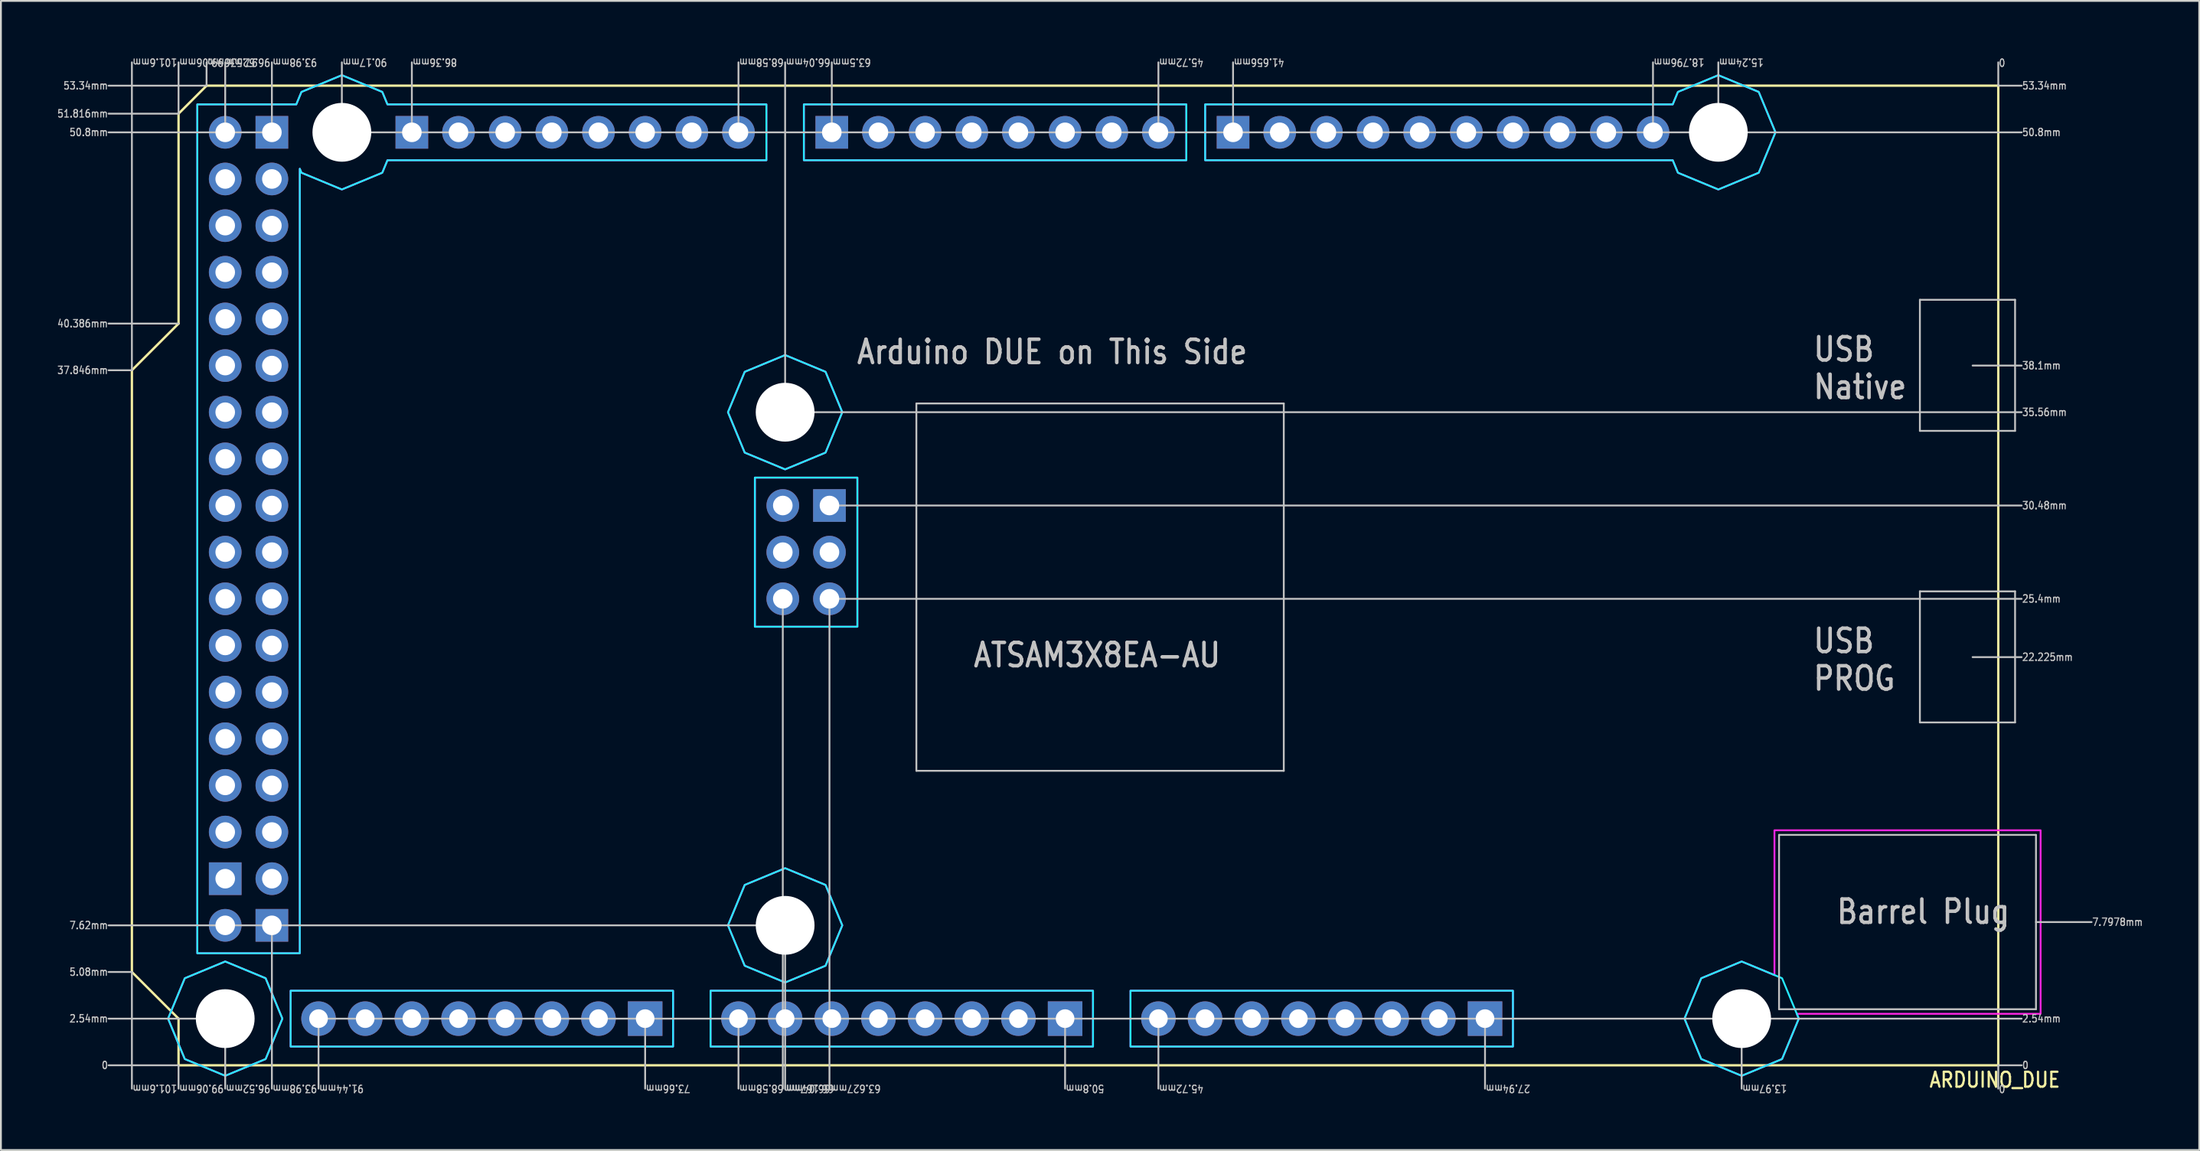
<source format=kicad_pcb>
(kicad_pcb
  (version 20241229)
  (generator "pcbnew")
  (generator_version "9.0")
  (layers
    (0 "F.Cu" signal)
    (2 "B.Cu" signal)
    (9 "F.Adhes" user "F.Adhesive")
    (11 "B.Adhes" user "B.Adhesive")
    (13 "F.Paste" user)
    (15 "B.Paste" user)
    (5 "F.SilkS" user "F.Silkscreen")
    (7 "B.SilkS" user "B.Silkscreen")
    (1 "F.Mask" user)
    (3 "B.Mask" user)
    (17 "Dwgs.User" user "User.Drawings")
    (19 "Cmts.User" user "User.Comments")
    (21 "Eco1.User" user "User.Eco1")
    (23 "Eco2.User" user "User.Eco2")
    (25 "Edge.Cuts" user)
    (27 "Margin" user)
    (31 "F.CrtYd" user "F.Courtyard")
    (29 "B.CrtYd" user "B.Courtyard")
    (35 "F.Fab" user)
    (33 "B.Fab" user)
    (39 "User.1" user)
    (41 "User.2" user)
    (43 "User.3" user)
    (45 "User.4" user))
  (footprint "ARDUINO_DUE"
    (layer "F.Cu")
    (at 105.73 54.955)
    (property "Reference" "ARDUINO_DUE" (at -3.81 1.27 0) (unlocked yes) (layer "F.SilkS") (effects (font (size 0.813 0.695) (thickness 0.122)) (justify left bottom)))
    (fp_circle (center -96.52 -2.54) (end -93.67 -2.54) (stroke (width 0) (type solid)) (fill yes) (layer "F.Mask"))
    (fp_circle (center -96.52 -2.54) (end -93.67 -2.54) (stroke (width 0) (type solid)) (fill yes) (layer "F.Mask"))
    (fp_circle (center -90.17 -50.8) (end -87.32 -50.8) (stroke (width 0) (type solid)) (fill yes) (layer "F.Mask"))
    (fp_circle (center -90.17 -50.8) (end -87.32 -50.8) (stroke (width 0) (type solid)) (fill yes) (layer "F.Mask"))
    (fp_circle (center -66.04 -35.56) (end -63.19 -35.56) (stroke (width 0) (type solid)) (fill yes) (layer "F.Mask"))
    (fp_circle (center -66.04 -35.56) (end -63.19 -35.56) (stroke (width 0) (type solid)) (fill yes) (layer "F.Mask"))
    (fp_circle (center -66.04 -7.62) (end -63.19 -7.62) (stroke (width 0) (type solid)) (fill yes) (layer "F.Mask"))
    (fp_circle (center -66.04 -7.62) (end -63.19 -7.62) (stroke (width 0) (type solid)) (fill yes) (layer "F.Mask"))
    (fp_circle (center -15.24 -50.8) (end -12.39 -50.8) (stroke (width 0) (type solid)) (fill yes) (layer "F.Mask"))
    (fp_circle (center -15.24 -50.8) (end -12.39 -50.8) (stroke (width 0) (type solid)) (fill yes) (layer "F.Mask"))
    (fp_circle (center -13.97 -2.54) (end -11.12 -2.54) (stroke (width 0) (type solid)) (fill yes) (layer "F.Mask"))
    (fp_circle (center -13.97 -2.54) (end -11.12 -2.54) (stroke (width 0) (type solid)) (fill yes) (layer "F.Mask"))
    (fp_circle (center -96.52 -2.54) (end -93.67 -2.54) (stroke (width 0) (type solid)) (fill yes) (layer "B.Mask"))
    (fp_circle (center -90.17 -50.8) (end -87.32 -50.8) (stroke (width 0) (type solid)) (fill yes) (layer "B.Mask"))
    (fp_circle (center -66.04 -35.56) (end -63.19 -35.56) (stroke (width 0) (type solid)) (fill yes) (layer "B.Mask"))
    (fp_circle (center -66.04 -7.62) (end -63.19 -7.62) (stroke (width 0) (type solid)) (fill yes) (layer "B.Mask"))
    (fp_circle (center -15.24 -50.8) (end -12.39 -50.8) (stroke (width 0) (type solid)) (fill yes) (layer "B.Mask"))
    (fp_circle (center -13.97 -2.54) (end -11.12 -2.54) (stroke (width 0) (type solid)) (fill yes) (layer "B.Mask"))
    (fp_line (start -101.6 -37.846) (end -101.6 -5.08) (stroke (width 0.127) (type solid)) (layer "F.SilkS"))
    (fp_line (start -101.6 -5.08) (end -99.06 -2.54) (stroke (width 0.127) (type solid)) (layer "F.SilkS"))
    (fp_line (start -99.06 -51.816) (end -99.06 -40.386) (stroke (width 0.127) (type solid)) (layer "F.SilkS"))
    (fp_line (start -99.06 -40.386) (end -101.6 -37.846) (stroke (width 0.127) (type solid)) (layer "F.SilkS"))
    (fp_line (start -99.06 -2.54) (end -99.06 0) (stroke (width 0.127) (type solid)) (layer "F.SilkS"))
    (fp_line (start -99.06 0) (end 0 0) (stroke (width 0.127) (type solid)) (layer "F.SilkS"))
    (fp_line (start -97.536 -53.34) (end -99.06 -51.816) (stroke (width 0.127) (type solid)) (layer "F.SilkS"))
    (fp_line (start 0 -53.34) (end -97.536 -53.34) (stroke (width 0.127) (type solid)) (layer "F.SilkS"))
    (fp_line (start 0 0) (end 0 -53.34) (stroke (width 0.127) (type solid)) (layer "F.SilkS"))
    (fp_line (start -101.6 -37.846) (end -102.87 -37.846) (stroke (width 0.1) (type solid)) (layer "Dwgs.User"))
    (fp_line (start -101.6 -37.846) (end -101.6 -54.61) (stroke (width 0.1) (type solid)) (layer "Dwgs.User"))
    (fp_line (start -101.6 -5.08) (end -102.87 -5.08) (stroke (width 0.1) (type solid)) (layer "Dwgs.User"))
    (fp_line (start -101.6 -5.08) (end -101.6 1.27) (stroke (width 0.1) (type solid)) (layer "Dwgs.User"))
    (fp_line (start -99.06 -51.816) (end -102.87 -51.816) (stroke (width 0.1) (type solid)) (layer "Dwgs.User"))
    (fp_line (start -99.06 -51.816) (end -99.06 -54.61) (stroke (width 0.1) (type solid)) (layer "Dwgs.User"))
    (fp_line (start -99.06 -40.386) (end -102.87 -40.386) (stroke (width 0.1) (type solid)) (layer "Dwgs.User"))
    (fp_line (start -99.06 0) (end -102.87 0) (stroke (width 0.1) (type solid)) (layer "Dwgs.User"))
    (fp_line (start -99.06 0) (end -99.06 1.27) (stroke (width 0.1) (type solid)) (layer "Dwgs.User"))
    (fp_line (start -97.536 -53.34) (end -102.87 -53.34) (stroke (width 0.1) (type solid)) (layer "Dwgs.User"))
    (fp_line (start -97.536 -53.34) (end -97.536 -54.61) (stroke (width 0.1) (type solid)) (layer "Dwgs.User"))
    (fp_line (start -96.52 -50.8) (end -102.87 -50.8) (stroke (width 0.1) (type solid)) (layer "Dwgs.User"))
    (fp_line (start -96.52 -50.8) (end -96.52 -54.61) (stroke (width 0.1) (type solid)) (layer "Dwgs.User"))
    (fp_line (start -96.52 -2.54) (end -102.87 -2.54) (stroke (width 0.1) (type solid)) (layer "Dwgs.User"))
    (fp_line (start -96.52 -2.54) (end -96.52 1.27) (stroke (width 0.1) (type solid)) (layer "Dwgs.User"))
    (fp_line (start -93.98 -50.8) (end -96.52 -50.8) (stroke (width 0.1) (type solid)) (layer "Dwgs.User"))
    (fp_line (start -93.98 -50.8) (end -93.98 -54.61) (stroke (width 0.1) (type solid)) (layer "Dwgs.User"))
    (fp_line (start -93.98 -7.62) (end -93.98 1.27) (stroke (width 0.1) (type solid)) (layer "Dwgs.User"))
    (fp_line (start -91.44 -2.54) (end -91.44 1.27) (stroke (width 0.1) (type solid)) (layer "Dwgs.User"))
    (fp_line (start -91.44 -2.54) (end -13.97 -2.54) (stroke (width 0.1) (type solid)) (layer "Dwgs.User"))
    (fp_line (start -90.17 -50.8) (end -90.17 -54.61) (stroke (width 0.1) (type solid)) (layer "Dwgs.User"))
    (fp_line (start -90.17 -50.8) (end -86.36 -50.8) (stroke (width 0.1) (type solid)) (layer "Dwgs.User"))
    (fp_line (start -86.36 -50.8) (end -86.36 -54.61) (stroke (width 0.1) (type solid)) (layer "Dwgs.User"))
    (fp_line (start -86.36 -50.8) (end -68.58 -50.8) (stroke (width 0.1) (type solid)) (layer "Dwgs.User"))
    (fp_line (start -73.66 -2.54) (end -73.66 1.27) (stroke (width 0.1) (type solid)) (layer "Dwgs.User"))
    (fp_line (start -68.58 -50.8) (end -68.58 -54.61) (stroke (width 0.1) (type solid)) (layer "Dwgs.User"))
    (fp_line (start -68.58 -50.8) (end -63.5 -50.8) (stroke (width 0.1) (type solid)) (layer "Dwgs.User"))
    (fp_line (start -68.58 -2.54) (end -68.58 1.27) (stroke (width 0.1) (type solid)) (layer "Dwgs.User"))
    (fp_line (start -66.167 -25.4) (end -66.167 1.27) (stroke (width 0.1) (type solid)) (layer "Dwgs.User"))
    (fp_line (start -66.04 -35.56) (end -66.04 -54.61) (stroke (width 0.1) (type solid)) (layer "Dwgs.User"))
    (fp_line (start -66.04 -35.56) (end 1.27 -35.56) (stroke (width 0.1) (type solid)) (layer "Dwgs.User"))
    (fp_line (start -66.04 -7.62) (end -102.87 -7.62) (stroke (width 0.1) (type solid)) (layer "Dwgs.User"))
    (fp_line (start -66.04 -7.62) (end -66.04 1.27) (stroke (width 0.1) (type solid)) (layer "Dwgs.User"))
    (fp_line (start -63.627 -25.4) (end -63.627 1.27) (stroke (width 0.1) (type solid)) (layer "Dwgs.User"))
    (fp_line (start -63.627 -25.4) (end 1.27 -25.4) (stroke (width 0.1) (type solid)) (layer "Dwgs.User"))
    (fp_line (start -63.5 -50.8) (end -63.5 -54.61) (stroke (width 0.1) (type solid)) (layer "Dwgs.User"))
    (fp_line (start -63.5 -50.8) (end -45.72 -50.8) (stroke (width 0.1) (type solid)) (layer "Dwgs.User"))
    (fp_line (start -63.5 -30.48) (end 1.27 -30.48) (stroke (width 0.1) (type solid)) (layer "Dwgs.User"))
    (fp_line (start -58.895 -36.035) (end -58.895 -16.035) (stroke (width 0.1) (type solid)) (layer "Dwgs.User"))
    (fp_line (start -58.895 -16.035) (end -38.895 -16.035) (stroke (width 0.1) (type solid)) (layer "Dwgs.User"))
    (fp_line (start -50.8 -2.54) (end -50.8 1.27) (stroke (width 0.1) (type solid)) (layer "Dwgs.User"))
    (fp_line (start -45.72 -50.8) (end -45.72 -54.61) (stroke (width 0.1) (type solid)) (layer "Dwgs.User"))
    (fp_line (start -45.72 -50.8) (end -41.656 -50.8) (stroke (width 0.1) (type solid)) (layer "Dwgs.User"))
    (fp_line (start -45.72 -2.54) (end -45.72 1.27) (stroke (width 0.1) (type solid)) (layer "Dwgs.User"))
    (fp_line (start -41.656 -50.8) (end -41.656 -54.61) (stroke (width 0.1) (type solid)) (layer "Dwgs.User"))
    (fp_line (start -41.656 -50.8) (end -18.796 -50.8) (stroke (width 0.1) (type solid)) (layer "Dwgs.User"))
    (fp_line (start -38.895 -36.035) (end -58.895 -36.035) (stroke (width 0.1) (type solid)) (layer "Dwgs.User"))
    (fp_line (start -38.895 -16.035) (end -38.895 -36.035) (stroke (width 0.1) (type solid)) (layer "Dwgs.User"))
    (fp_line (start -27.94 -2.54) (end -27.94 1.27) (stroke (width 0.1) (type solid)) (layer "Dwgs.User"))
    (fp_line (start -18.796 -50.8) (end -18.796 -54.61) (stroke (width 0.1) (type solid)) (layer "Dwgs.User"))
    (fp_line (start -18.796 -50.8) (end -15.24 -50.8) (stroke (width 0.1) (type solid)) (layer "Dwgs.User"))
    (fp_line (start -15.24 -50.8) (end -15.24 -54.61) (stroke (width 0.1) (type solid)) (layer "Dwgs.User"))
    (fp_line (start -15.24 -50.8) (end 1.27 -50.8) (stroke (width 0.1) (type solid)) (layer "Dwgs.User"))
    (fp_line (start -13.97 -2.54) (end -13.97 1.27) (stroke (width 0.1) (type solid)) (layer "Dwgs.User"))
    (fp_line (start -13.97 -2.54) (end 1.27 -2.54) (stroke (width 0.1) (type solid)) (layer "Dwgs.User"))
    (fp_line (start -11.934 -12.544) (end -11.934 -3.052) (stroke (width 0.1) (type solid)) (layer "Dwgs.User"))
    (fp_line (start -11.934 -3.052) (end 2.053 -3.052) (stroke (width 0.1) (type solid)) (layer "Dwgs.User"))
    (fp_line (start -4.267 -41.681) (end 0.914 -41.681) (stroke (width 0.1) (type solid)) (layer "Dwgs.User"))
    (fp_line (start -4.267 -34.544) (end -4.267 -41.681) (stroke (width 0.1) (type solid)) (layer "Dwgs.User"))
    (fp_line (start -4.267 -25.806) (end 0.914 -25.806) (stroke (width 0.1) (type solid)) (layer "Dwgs.User"))
    (fp_line (start -4.267 -18.669) (end -4.267 -25.806) (stroke (width 0.1) (type solid)) (layer "Dwgs.User"))
    (fp_line (start 0 -53.34) (end 0 -54.61) (stroke (width 0.1) (type solid)) (layer "Dwgs.User"))
    (fp_line (start 0 -53.34) (end 1.27 -53.34) (stroke (width 0.1) (type solid)) (layer "Dwgs.User"))
    (fp_line (start 0 0) (end 0 1.27) (stroke (width 0.1) (type solid)) (layer "Dwgs.User"))
    (fp_line (start 0 0) (end 1.27 0) (stroke (width 0.1) (type solid)) (layer "Dwgs.User"))
    (fp_line (start 0.914 -41.681) (end 0.914 -34.544) (stroke (width 0.1) (type solid)) (layer "Dwgs.User"))
    (fp_line (start 0.914 -34.544) (end -4.267 -34.544) (stroke (width 0.1) (type solid)) (layer "Dwgs.User"))
    (fp_line (start 0.914 -25.806) (end 0.914 -18.669) (stroke (width 0.1) (type solid)) (layer "Dwgs.User"))
    (fp_line (start 0.914 -18.669) (end -4.267 -18.669) (stroke (width 0.1) (type solid)) (layer "Dwgs.User"))
    (fp_line (start 1.27 -38.1) (end -1.397 -38.1) (stroke (width 0.1) (type solid)) (layer "Dwgs.User"))
    (fp_line (start 1.27 -22.225) (end -1.397 -22.225) (stroke (width 0.1) (type solid)) (layer "Dwgs.User"))
    (fp_line (start 2.053 -12.544) (end -11.934 -12.544) (stroke (width 0.1) (type solid)) (layer "Dwgs.User"))
    (fp_line (start 2.053 -3.052) (end 2.053 -12.544) (stroke (width 0.1) (type solid)) (layer "Dwgs.User"))
    (fp_line (start 5.08 -7.798) (end 2.053 -7.798) (stroke (width 0.1) (type solid)) (layer "Dwgs.User"))
    (fp_poly (pts (xy -72.14 -4.06) (xy -92.96 -4.06) (xy -92.96 -1.02) (xy -72.14 -1.02)) (stroke (width 0.1) (type solid)) (fill no) (layer "B.CrtYd"))
    (fp_poly (pts (xy -62.107 -32) (xy -67.687 -32) (xy -67.687 -23.88) (xy -62.107 -23.88)) (stroke (width 0.1) (type solid)) (fill no) (layer "B.CrtYd"))
    (fp_poly (pts (xy -49.28 -4.06) (xy -70.1 -4.06) (xy -70.1 -1.02) (xy -49.28 -1.02)) (stroke (width 0.1) (type solid)) (fill no) (layer "B.CrtYd"))
    (fp_poly (pts (xy -44.2 -52.32) (xy -65.02 -52.32) (xy -65.02 -49.28) (xy -44.2 -49.28)) (stroke (width 0.1) (type solid)) (fill no) (layer "B.CrtYd"))
    (fp_poly (pts (xy -26.42 -4.06) (xy -47.24 -4.06) (xy -47.24 -1.02) (xy -26.42 -1.02)) (stroke (width 0.1) (type solid)) (fill no) (layer "B.CrtYd"))
    (fp_poly (pts (xy -99.632 -2.54) (xy -98.72 -4.74) (xy -96.52 -5.652) (xy -94.32 -4.74) (xy -93.408 -2.54) (xy -94.32 -0.34) (xy -96.52 0.572) (xy -98.72 -0.34)) (stroke (width 0.1) (type solid)) (fill no) (layer "B.CrtYd"))
    (fp_poly (pts (xy -69.152 -35.56) (xy -68.24 -37.76) (xy -66.04 -38.672) (xy -63.84 -37.76) (xy -62.928 -35.56) (xy -63.84 -33.36) (xy -66.04 -32.448) (xy -68.24 -33.36)) (stroke (width 0.1) (type solid)) (fill no) (layer "B.CrtYd"))
    (fp_poly (pts (xy -69.152 -7.62) (xy -68.24 -9.82) (xy -66.04 -10.732) (xy -63.84 -9.82) (xy -62.928 -7.62) (xy -63.84 -5.42) (xy -66.04 -4.508) (xy -68.24 -5.42)) (stroke (width 0.1) (type solid)) (fill no) (layer "B.CrtYd"))
    (fp_poly (pts (xy -17.082 -2.54) (xy -16.17 -4.74) (xy -13.97 -5.652) (xy -11.77 -4.74) (xy -10.858 -2.54) (xy -11.77 -0.34) (xy -13.97 0.572) (xy -16.17 -0.34)) (stroke (width 0.1) (type solid)) (fill no) (layer "B.CrtYd"))
    (fp_poly (pts (xy -17.722 -52.32) (xy -17.44 -53) (xy -15.24 -53.912) (xy -13.04 -53) (xy -12.128 -50.8) (xy -13.04 -48.6) (xy -15.24 -47.688) (xy -17.44 -48.6) (xy -17.722 -49.28) (xy -43.176 -49.28) (xy -43.176 -52.32)) (stroke (width 0.1) (type solid)) (fill no) (layer "B.CrtYd"))
    (fp_poly (pts (xy -92.652 -52.32) (xy -92.37 -53) (xy -90.17 -53.912) (xy -87.97 -53) (xy -87.688 -52.32) (xy -67.06 -52.32) (xy -67.06 -49.28) (xy -87.688 -49.28) (xy -87.97 -48.6) (xy -90.17 -47.688) (xy -92.37 -48.6) (xy -92.46 -48.816) (xy -92.46 -6.1) (xy -98.04 -6.1) (xy -98.04 -52.32)) (stroke (width 0.1) (type solid)) (fill no) (layer "B.CrtYd"))
    (fp_poly (pts (xy -72.14 -4.06) (xy -92.96 -4.06) (xy -92.96 -1.02) (xy -72.14 -1.02)) (stroke (width 0.1) (type solid)) (fill no) (layer "F.CrtYd"))
    (fp_poly (pts (xy -62.107 -32) (xy -67.687 -32) (xy -67.687 -23.88) (xy -62.107 -23.88)) (stroke (width 0.1) (type solid)) (fill no) (layer "F.CrtYd"))
    (fp_poly (pts (xy -49.28 -4.06) (xy -70.1 -4.06) (xy -70.1 -1.02) (xy -49.28 -1.02)) (stroke (width 0.1) (type solid)) (fill no) (layer "F.CrtYd"))
    (fp_poly (pts (xy -44.2 -52.32) (xy -65.02 -52.32) (xy -65.02 -49.28) (xy -44.2 -49.28)) (stroke (width 0.1) (type solid)) (fill no) (layer "F.CrtYd"))
    (fp_poly (pts (xy -26.42 -4.06) (xy -47.24 -4.06) (xy -47.24 -1.02) (xy -26.42 -1.02)) (stroke (width 0.1) (type solid)) (fill no) (layer "F.CrtYd"))
    (fp_poly (pts (xy -99.632 -2.54) (xy -98.72 -4.74) (xy -96.52 -5.652) (xy -94.32 -4.74) (xy -93.408 -2.54) (xy -94.32 -0.34) (xy -96.52 0.572) (xy -98.72 -0.34)) (stroke (width 0.1) (type solid)) (fill no) (layer "F.CrtYd"))
    (fp_poly (pts (xy -69.152 -35.56) (xy -68.24 -37.76) (xy -66.04 -38.672) (xy -63.84 -37.76) (xy -62.928 -35.56) (xy -63.84 -33.36) (xy -66.04 -32.448) (xy -68.24 -33.36)) (stroke (width 0.1) (type solid)) (fill no) (layer "F.CrtYd"))
    (fp_poly (pts (xy -69.152 -7.62) (xy -68.24 -9.82) (xy -66.04 -10.732) (xy -63.84 -9.82) (xy -62.928 -7.62) (xy -63.84 -5.42) (xy -66.04 -4.508) (xy -68.24 -5.42)) (stroke (width 0.1) (type solid)) (fill no) (layer "F.CrtYd"))
    (fp_poly (pts (xy -17.722 -52.32) (xy -17.44 -53) (xy -15.24 -53.912) (xy -13.04 -53) (xy -12.128 -50.8) (xy -13.04 -48.6) (xy -15.24 -47.688) (xy -17.44 -48.6) (xy -17.722 -49.28) (xy -43.176 -49.28) (xy -43.176 -52.32)) (stroke (width 0.1) (type solid)) (fill no) (layer "F.CrtYd"))
    (fp_poly (pts (xy -17.082 -2.54) (xy -16.17 -4.74) (xy -13.97 -5.652) (xy -12.184 -4.912) (xy -12.184 -12.794) (xy 2.303 -12.794) (xy 2.303 -2.802) (xy -10.967 -2.802) (xy -10.858 -2.54) (xy -11.77 -0.34) (xy -13.97 0.572) (xy -16.17 -0.34)) (stroke (width 0.1) (type solid)) (fill no) (layer "F.CrtYd"))
    (fp_poly (pts (xy -92.652 -52.32) (xy -92.37 -53) (xy -90.17 -53.912) (xy -87.97 -53) (xy -87.688 -52.32) (xy -67.06 -52.32) (xy -67.06 -49.28) (xy -87.688 -49.28) (xy -87.97 -48.6) (xy -90.17 -47.688) (xy -92.37 -48.6) (xy -92.46 -48.816) (xy -92.46 -6.1) (xy -98.04 -6.1) (xy -98.04 -52.32)) (stroke (width 0.1) (type solid)) (fill no) (layer "F.CrtYd"))
    (fp_text user "0" (at -102.87 0 0) (unlocked yes) (layer "Dwgs.User") (effects (font (size 0.406 0.347) (thickness 0.061)) (justify right)))
    (fp_text user "22.225mm" (at 1.27 -22.225 0) (unlocked yes) (layer "Dwgs.User") (effects (font (size 0.406 0.347) (thickness 0.061)) (justify left)))
    (fp_text user "37.846mm" (at -102.87 -37.846 0) (unlocked yes) (layer "Dwgs.User") (effects (font (size 0.406 0.347) (thickness 0.061)) (justify right)))
    (fp_text user "45.72mm" (at -45.72 -54.61 180) (unlocked yes) (layer "Dwgs.User") (effects (font (size 0.406 0.347) (thickness 0.061)) (justify right)))
    (fp_text user "0" (at 1.27 0 0) (unlocked yes) (layer "Dwgs.User") (effects (font (size 0.406 0.347) (thickness 0.061)) (justify right mirror)))
    (fp_text user "66.167mm" (at -66.167 1.27 180) (unlocked yes) (layer "Dwgs.User") (effects (font (size 0.406 0.347) (thickness 0.061)) (justify right)))
    (fp_text user "68.58mm" (at -68.58 -54.61 180) (unlocked yes) (layer "Dwgs.User") (effects (font (size 0.406 0.347) (thickness 0.061)) (justify right)))
    (fp_text user "93.98mm" (at -93.98 1.27 180) (unlocked yes) (layer "Dwgs.User") (effects (font (size 0.406 0.347) (thickness 0.061)) (justify right)))
    (fp_text user "73.66mm" (at -73.66 1.27 180) (unlocked yes) (layer "Dwgs.User") (effects (font (size 0.406 0.347) (thickness 0.061)) (justify right)))
    (fp_text user "2.54mm" (at -102.87 -2.54 0) (unlocked yes) (layer "Dwgs.User") (effects (font (size 0.406 0.347) (thickness 0.061)) (justify right)))
    (fp_text user "66.04mm" (at -66.04 1.27 180) (unlocked yes) (layer "Dwgs.User") (effects (font (size 0.406 0.347) (thickness 0.061)) (justify right)))
    (fp_text user "86.36mm" (at -86.36 -54.61 180) (unlocked yes) (layer "Dwgs.User") (effects (font (size 0.406 0.347) (thickness 0.061)) (justify right)))
    (fp_text user "Arduino DUE on This Side" (at -62.23 -38.1 0) (unlocked yes) (layer "Dwgs.User") (effects (font (size 1.27 1.086) (thickness 0.191)) (justify left bottom)))
    (fp_text user "96.52mm" (at -96.52 1.27 180) (unlocked yes) (layer "Dwgs.User") (effects (font (size 0.406 0.347) (thickness 0.061)) (justify right)))
    (fp_text user "66.04mm" (at -66.04 -54.61 180) (unlocked yes) (layer "Dwgs.User") (effects (font (size 0.406 0.347) (thickness 0.061)) (justify right)))
    (fp_text user "50.8mm" (at 1.27 -50.8 0) (unlocked yes) (layer "Dwgs.User") (effects (font (size 0.406 0.347) (thickness 0.061)) (justify left)))
    (fp_text user "13.97mm" (at -13.97 1.27 180) (unlocked yes) (layer "Dwgs.User") (effects (font (size 0.406 0.347) (thickness 0.061)) (justify right)))
    (fp_text user "25.4mm" (at 1.27 -25.4 0) (unlocked yes) (layer "Dwgs.User") (effects (font (size 0.406 0.347) (thickness 0.061)) (justify left)))
    (fp_text user "41.656mm" (at -41.656 -54.61 180) (unlocked yes) (layer "Dwgs.User") (effects (font (size 0.406 0.347) (thickness 0.061)) (justify right)))
    (fp_text user "53.34mm" (at -102.87 -53.34 0) (unlocked yes) (layer "Dwgs.User") (effects (font (size 0.406 0.347) (thickness 0.061)) (justify right)))
    (fp_text user "18.796mm" (at -18.796 -54.61 180) (unlocked yes) (layer "Dwgs.User") (effects (font (size 0.406 0.347) (thickness 0.061)) (justify right)))
    (fp_text user "15.24mm" (at -15.24 -54.61 180) (unlocked yes) (layer "Dwgs.User") (effects (font (size 0.406 0.347) (thickness 0.061)) (justify right)))
    (fp_text user "50.8mm" (at -50.8 1.27 180) (unlocked yes) (layer "Dwgs.User") (effects (font (size 0.406 0.347) (thickness 0.061)) (justify right)))
    (fp_text user "Barrel Plug" (at -8.89 -7.62 0) (unlocked yes) (layer "Dwgs.User") (effects (font (size 1.27 1.086) (thickness 0.191)) (justify left bottom)))
    (fp_text user "0" (at 0 -54.61 180) (unlocked yes) (layer "Dwgs.User") (effects (font (size 0.406 0.347) (thickness 0.061)) (justify right)))
    (fp_text user "53.34mm" (at 1.27 -53.34 0) (unlocked yes) (layer "Dwgs.User") (effects (font (size 0.406 0.347) (thickness 0.061)) (justify left)))
    (fp_text user "27.94mm" (at -27.94 1.27 180) (unlocked yes) (layer "Dwgs.User") (effects (font (size 0.406 0.347) (thickness 0.061)) (justify right)))
    (fp_text user "USB\nPROG" (at -10.16 -20.32 0) (unlocked yes) (layer "Dwgs.User") (effects (font (size 1.27 1.086) (thickness 0.191)) (justify left bottom)))
    (fp_text user "50.8mm" (at -102.87 -50.8 0) (unlocked yes) (layer "Dwgs.User") (effects (font (size 0.406 0.347) (thickness 0.061)) (justify right)))
    (fp_text user "ATSAM3X8EA-AU" (at -55.88 -21.59 0) (unlocked yes) (layer "Dwgs.User") (effects (font (size 1.27 1.086) (thickness 0.191)) (justify left bottom)))
    (fp_text user "2.54mm" (at 1.27 -2.54 0) (unlocked yes) (layer "Dwgs.User") (effects (font (size 0.406 0.347) (thickness 0.061)) (justify left)))
    (fp_text user "99.06mm" (at -99.06 -54.61 180) (unlocked yes) (layer "Dwgs.User") (effects (font (size 0.406 0.347) (thickness 0.061)) (justify right)))
    (fp_text user "5.08mm" (at -102.87 -5.08 0) (unlocked yes) (layer "Dwgs.User") (effects (font (size 0.406 0.347) (thickness 0.061)) (justify right)))
    (fp_text user "91.44mm" (at -91.44 1.27 180) (unlocked yes) (layer "Dwgs.User") (effects (font (size 0.406 0.347) (thickness 0.061)) (justify right)))
    (fp_text user "45.72mm" (at -45.72 1.27 180) (unlocked yes) (layer "Dwgs.User") (effects (font (size 0.406 0.347) (thickness 0.061)) (justify right)))
    (fp_text user "99.06mm" (at -99.06 1.27 180) (unlocked yes) (layer "Dwgs.User") (effects (font (size 0.406 0.347) (thickness 0.061)) (justify right)))
    (fp_text user "0" (at 0 1.27 180) (unlocked yes) (layer "Dwgs.User") (effects (font (size 0.406 0.347) (thickness 0.061)) (justify right)))
    (fp_text user "93.98mm" (at -93.98 -54.61 180) (unlocked yes) (layer "Dwgs.User") (effects (font (size 0.406 0.347) (thickness 0.061)) (justify right)))
    (fp_text user "96.52mm" (at -96.52 -54.61 180) (unlocked yes) (layer "Dwgs.User") (effects (font (size 0.406 0.347) (thickness 0.061)) (justify right)))
    (fp_text user "63.5mm" (at -63.5 -54.61 180) (unlocked yes) (layer "Dwgs.User") (effects (font (size 0.406 0.347) (thickness 0.061)) (justify right)))
    (fp_text user "USB\nNative" (at -10.16 -36.195 0) (unlocked yes) (layer "Dwgs.User") (effects (font (size 1.27 1.086) (thickness 0.191)) (justify left bottom)))
    (fp_text user "40.386mm" (at -102.87 -40.386 0) (unlocked yes) (layer "Dwgs.User") (effects (font (size 0.406 0.347) (thickness 0.061)) (justify right)))
    (fp_text user "101.6mm" (at -101.6 -54.61 180) (unlocked yes) (layer "Dwgs.User") (effects (font (size 0.406 0.347) (thickness 0.061)) (justify right)))
    (fp_text user "7.62mm" (at -102.87 -7.62 0) (unlocked yes) (layer "Dwgs.User") (effects (font (size 0.406 0.347) (thickness 0.061)) (justify right)))
    (fp_text user "7.7978mm" (at 5.08 -7.798 0) (unlocked yes) (layer "Dwgs.User") (effects (font (size 0.406 0.347) (thickness 0.061)) (justify left)))
    (fp_text user "38.1mm" (at 1.27 -38.1 0) (unlocked yes) (layer "Dwgs.User") (effects (font (size 0.406 0.347) (thickness 0.061)) (justify left)))
    (fp_text user "68.58mm" (at -68.58 1.27 180) (unlocked yes) (layer "Dwgs.User") (effects (font (size 0.406 0.347) (thickness 0.061)) (justify right)))
    (fp_text user "101.6mm" (at -101.6 1.27 180) (unlocked yes) (layer "Dwgs.User") (effects (font (size 0.406 0.347) (thickness 0.061)) (justify right)))
    (fp_text user "30.48mm" (at 1.27 -30.48 0) (unlocked yes) (layer "Dwgs.User") (effects (font (size 0.406 0.347) (thickness 0.061)) (justify left)))
    (fp_text user "51.816mm" (at -102.87 -51.816 0) (unlocked yes) (layer "Dwgs.User") (effects (font (size 0.406 0.347) (thickness 0.061)) (justify right)))
    (fp_text user "97.536mm" (at -97.536 -54.61 180) (unlocked yes) (layer "Dwgs.User") (effects (font (size 0.406 0.347) (thickness 0.061)) (justify right)))
    (fp_text user "90.17mm" (at -90.17 -54.61 180) (unlocked yes) (layer "Dwgs.User") (effects (font (size 0.406 0.347) (thickness 0.061)) (justify right)))
    (fp_text user "35.56mm" (at 1.27 -35.56 0) (unlocked yes) (layer "Dwgs.User") (effects (font (size 0.406 0.347) (thickness 0.061)) (justify left)))
    (fp_text user "63.627mm" (at -63.627 1.27 180) (unlocked yes) (layer "Dwgs.User") (effects (font (size 0.406 0.347) (thickness 0.061)) (justify right)))
    (pad "" np_thru_hole circle (at -96.52 -2.54) (size 3.2 3.2) (drill 3.2) (layers "*.Cu" "*.Mask"))
    (pad "" np_thru_hole circle (at -90.17 -50.8) (size 3.2 3.2) (drill 3.2) (layers "*.Cu" "*.Mask"))
    (pad "" np_thru_hole circle (at -66.04 -35.56) (size 3.2 3.2) (drill 3.2) (layers "*.Cu" "*.Mask"))
    (pad "" np_thru_hole circle (at -66.04 -7.62) (size 3.2 3.2) (drill 3.2) (layers "*.Cu" "*.Mask"))
    (pad "" np_thru_hole circle (at -15.24 -50.8) (size 3.2 3.2) (drill 3.2) (layers "*.Cu" "*.Mask"))
    (pad "" np_thru_hole circle (at -13.97 -2.54) (size 3.2 3.2) (drill 3.2) (layers "*.Cu" "*.Mask"))
    (pad "0" thru_hole rect (at -63.5 -50.8 270) (size 1.778 1.778) (drill 1.067) (layers "*.Cu" "*.Mask"))
    (pad "1" thru_hole oval (at -60.96 -50.8 270) (size 1.778 1.778) (drill 1.067) (layers "*.Cu" "*.Mask"))
    (pad "2" thru_hole oval (at -58.42 -50.8 270) (size 1.778 1.778) (drill 1.067) (layers "*.Cu" "*.Mask"))
    (pad "3" thru_hole oval (at -55.88 -50.8 270) (size 1.778 1.778) (drill 1.067) (layers "*.Cu" "*.Mask"))
    (pad "3V3" thru_hole oval (at -35.56 -2.54 90) (size 1.88 1.88) (drill 1.016) (layers "*.Cu" "*.Mask"))
    (pad "4" thru_hole oval (at -53.34 -50.8 270) (size 1.778 1.778) (drill 1.067) (layers "*.Cu" "*.Mask"))
    (pad "5" thru_hole oval (at -50.8 -50.8 270) (size 1.778 1.778) (drill 1.067) (layers "*.Cu" "*.Mask"))
    (pad "5V0" thru_hole oval (at -38.1 -2.54 90) (size 1.88 1.88) (drill 1.016) (layers "*.Cu" "*.Mask"))
    (pad "5V0_1" thru_hole rect (at -93.98 -50.8 90) (size 1.778 1.778) (drill 1.067) (layers "*.Cu" "*.Mask"))
    (pad "5V0_2" thru_hole oval (at -96.52 -50.8 90) (size 1.778 1.778) (drill 1.067) (layers "*.Cu" "*.Mask"))
    (pad "5V_2" thru_hole oval (at -66.167 -30.48 180) (size 1.778 1.778) (drill 1.067) (layers "*.Cu" "*.Mask"))
    (pad "6" thru_hole oval (at -48.26 -50.8 270) (size 1.778 1.778) (drill 1.067) (layers "*.Cu" "*.Mask"))
    (pad "7" thru_hole oval (at -45.72 -50.8 270) (size 1.778 1.778) (drill 1.067) (layers "*.Cu" "*.Mask"))
    (pad "8" thru_hole rect (at -41.656 -50.8 270) (size 1.778 1.778) (drill 1.067) (layers "*.Cu" "*.Mask"))
    (pad "9" thru_hole oval (at -39.116 -50.8 270) (size 1.778 1.778) (drill 1.067) (layers "*.Cu" "*.Mask"))
    (pad "10" thru_hole oval (at -36.576 -50.8 270) (size 1.778 1.778) (drill 1.067) (layers "*.Cu" "*.Mask"))
    (pad "11" thru_hole oval (at -34.036 -50.8 270) (size 1.778 1.778) (drill 1.067) (layers "*.Cu" "*.Mask"))
    (pad "12" thru_hole oval (at -31.496 -50.8 270) (size 1.778 1.778) (drill 1.067) (layers "*.Cu" "*.Mask"))
    (pad "13" thru_hole oval (at -28.956 -50.8 270) (size 1.778 1.778) (drill 1.067) (layers "*.Cu" "*.Mask"))
    (pad "14" thru_hole oval (at -68.58 -50.8 270) (size 1.778 1.778) (drill 1.067) (layers "*.Cu" "*.Mask"))
    (pad "15" thru_hole oval (at -71.12 -50.8 270) (size 1.778 1.778) (drill 1.067) (layers "*.Cu" "*.Mask"))
    (pad "16" thru_hole oval (at -73.66 -50.8 270) (size 1.778 1.778) (drill 1.067) (layers "*.Cu" "*.Mask"))
    (pad "17" thru_hole oval (at -76.2 -50.8 270) (size 1.778 1.778) (drill 1.067) (layers "*.Cu" "*.Mask"))
    (pad "18" thru_hole oval (at -78.74 -50.8 270) (size 1.778 1.778) (drill 1.067) (layers "*.Cu" "*.Mask"))
    (pad "19" thru_hole oval (at -81.28 -50.8 270) (size 1.778 1.778) (drill 1.067) (layers "*.Cu" "*.Mask"))
    (pad "20" thru_hole oval (at -83.82 -50.8 270) (size 1.778 1.778) (drill 1.067) (layers "*.Cu" "*.Mask"))
    (pad "21" thru_hole rect (at -86.36 -50.8 270) (size 1.778 1.778) (drill 1.067) (layers "*.Cu" "*.Mask"))
    (pad "22" thru_hole oval (at -93.98 -48.26) (size 1.778 1.778) (drill 1.067) (layers "*.Cu" "*.Mask"))
    (pad "23" thru_hole oval (at -96.52 -48.26) (size 1.778 1.778) (drill 1.067) (layers "*.Cu" "*.Mask"))
    (pad "24" thru_hole oval (at -93.98 -45.72) (size 1.778 1.778) (drill 1.067) (layers "*.Cu" "*.Mask"))
    (pad "25" thru_hole oval (at -96.52 -45.72) (size 1.778 1.778) (drill 1.067) (layers "*.Cu" "*.Mask"))
    (pad "26" thru_hole oval (at -93.98 -43.18) (size 1.778 1.778) (drill 1.067) (layers "*.Cu" "*.Mask"))
    (pad "27" thru_hole oval (at -96.52 -43.18) (size 1.778 1.778) (drill 1.067) (layers "*.Cu" "*.Mask"))
    (pad "28" thru_hole oval (at -93.98 -40.64) (size 1.778 1.778) (drill 1.067) (layers "*.Cu" "*.Mask"))
    (pad "29" thru_hole oval (at -96.52 -40.64) (size 1.778 1.778) (drill 1.067) (layers "*.Cu" "*.Mask"))
    (pad "30" thru_hole oval (at -93.98 -38.1) (size 1.778 1.778) (drill 1.067) (layers "*.Cu" "*.Mask"))
    (pad "31" thru_hole oval (at -96.52 -38.1) (size 1.778 1.778) (drill 1.067) (layers "*.Cu" "*.Mask"))
    (pad "32" thru_hole oval (at -93.98 -35.56) (size 1.778 1.778) (drill 1.067) (layers "*.Cu" "*.Mask"))
    (pad "33" thru_hole oval (at -96.52 -35.56) (size 1.778 1.778) (drill 1.067) (layers "*.Cu" "*.Mask"))
    (pad "34" thru_hole oval (at -93.98 -33.02) (size 1.778 1.778) (drill 1.067) (layers "*.Cu" "*.Mask"))
    (pad "35" thru_hole oval (at -96.52 -33.02) (size 1.778 1.778) (drill 1.067) (layers "*.Cu" "*.Mask"))
    (pad "36" thru_hole oval (at -93.98 -30.48) (size 1.778 1.778) (drill 1.067) (layers "*.Cu" "*.Mask"))
    (pad "37" thru_hole oval (at -96.52 -30.48) (size 1.778 1.778) (drill 1.067) (layers "*.Cu" "*.Mask"))
    (pad "38" thru_hole oval (at -93.98 -27.94) (size 1.778 1.778) (drill 1.067) (layers "*.Cu" "*.Mask"))
    (pad "39" thru_hole oval (at -96.52 -27.94) (size 1.778 1.778) (drill 1.067) (layers "*.Cu" "*.Mask"))
    (pad "40" thru_hole oval (at -93.98 -25.4) (size 1.778 1.778) (drill 1.067) (layers "*.Cu" "*.Mask"))
    (pad "41" thru_hole oval (at -96.52 -25.4) (size 1.778 1.778) (drill 1.067) (layers "*.Cu" "*.Mask"))
    (pad "42" thru_hole oval (at -93.98 -22.86) (size 1.778 1.778) (drill 1.067) (layers "*.Cu" "*.Mask"))
    (pad "43" thru_hole oval (at -96.52 -22.86) (size 1.778 1.778) (drill 1.067) (layers "*.Cu" "*.Mask"))
    (pad "44" thru_hole oval (at -93.98 -20.32) (size 1.778 1.778) (drill 1.067) (layers "*.Cu" "*.Mask"))
    (pad "45" thru_hole oval (at -96.52 -20.32) (size 1.778 1.778) (drill 1.067) (layers "*.Cu" "*.Mask"))
    (pad "46" thru_hole oval (at -93.98 -17.78) (size 1.778 1.778) (drill 1.067) (layers "*.Cu" "*.Mask"))
    (pad "47" thru_hole oval (at -96.52 -17.78) (size 1.778 1.778) (drill 1.067) (layers "*.Cu" "*.Mask"))
    (pad "48" thru_hole oval (at -93.98 -15.24) (size 1.778 1.778) (drill 1.067) (layers "*.Cu" "*.Mask"))
    (pad "49" thru_hole oval (at -96.52 -15.24) (size 1.778 1.778) (drill 1.067) (layers "*.Cu" "*.Mask"))
    (pad "50" thru_hole oval (at -93.98 -12.7) (size 1.778 1.778) (drill 1.067) (layers "*.Cu" "*.Mask"))
    (pad "51" thru_hole oval (at -96.52 -12.7) (size 1.778 1.778) (drill 1.067) (layers "*.Cu" "*.Mask"))
    (pad "52" thru_hole oval (at -93.98 -10.16) (size 1.778 1.778) (drill 1.067) (layers "*.Cu" "*.Mask"))
    (pad "53" thru_hole rect (at -96.52 -10.16) (size 1.778 1.778) (drill 1.067) (layers "*.Cu" "*.Mask"))
    (pad "A0" thru_hole rect (at -50.8 -2.54 90) (size 1.88 1.88) (drill 1.016) (layers "*.Cu" "*.Mask"))
    (pad "A1" thru_hole oval (at -53.34 -2.54 90) (size 1.88 1.88) (drill 1.016) (layers "*.Cu" "*.Mask"))
    (pad "A2" thru_hole oval (at -55.88 -2.54 90) (size 1.88 1.88) (drill 1.016) (layers "*.Cu" "*.Mask"))
    (pad "A3" thru_hole oval (at -58.42 -2.54 90) (size 1.88 1.88) (drill 1.016) (layers "*.Cu" "*.Mask"))
    (pad "A4" thru_hole oval (at -60.96 -2.54 90) (size 1.88 1.88) (drill 1.016) (layers "*.Cu" "*.Mask"))
    (pad "A5" thru_hole oval (at -63.5 -2.54 90) (size 1.88 1.88) (drill 1.016) (layers "*.Cu" "*.Mask"))
    (pad "A6" thru_hole oval (at -66.04 -2.54 90) (size 1.88 1.88) (drill 1.016) (layers "*.Cu" "*.Mask"))
    (pad "A7" thru_hole oval (at -68.58 -2.54 90) (size 1.88 1.88) (drill 1.016) (layers "*.Cu" "*.Mask"))
    (pad "A8" thru_hole rect (at -73.66 -2.54 90) (size 1.88 1.88) (drill 1.016) (layers "*.Cu" "*.Mask"))
    (pad "A9" thru_hole oval (at -76.2 -2.54 90) (size 1.88 1.88) (drill 1.016) (layers "*.Cu" "*.Mask"))
    (pad "A10" thru_hole oval (at -78.74 -2.54 90) (size 1.88 1.88) (drill 1.016) (layers "*.Cu" "*.Mask"))
    (pad "A11" thru_hole oval (at -81.28 -2.54 90) (size 1.88 1.88) (drill 1.016) (layers "*.Cu" "*.Mask"))
    (pad "AREF" thru_hole oval (at -23.876 -50.8 270) (size 1.778 1.778) (drill 1.067) (layers "*.Cu" "*.Mask"))
    (pad "CANRX" thru_hole oval (at -88.9 -2.54 90) (size 1.88 1.88) (drill 1.016) (layers "*.Cu" "*.Mask"))
    (pad "CANTX" thru_hole oval (at -91.44 -2.54 90) (size 1.88 1.88) (drill 1.016) (layers "*.Cu" "*.Mask"))
    (pad "DAC0" thru_hole oval (at -83.82 -2.54 90) (size 1.88 1.88) (drill 1.016) (layers "*.Cu" "*.Mask"))
    (pad "DAC1" thru_hole oval (at -86.36 -2.54 90) (size 1.88 1.88) (drill 1.016) (layers "*.Cu" "*.Mask"))
    (pad "GND" thru_hole oval (at -40.64 -2.54 90) (size 1.88 1.88) (drill 1.016) (layers "*.Cu" "*.Mask"))
    (pad "GND_1" thru_hole oval (at -43.18 -2.54 90) (size 1.88 1.88) (drill 1.016) (layers "*.Cu" "*.Mask"))
    (pad "GND_2" thru_hole rect (at -93.98 -7.62 90) (size 1.778 1.778) (drill 1.067) (layers "*.Cu" "*.Mask"))
    (pad "GND_3" thru_hole oval (at -96.52 -7.62 90) (size 1.778 1.778) (drill 1.067) (layers "*.Cu" "*.Mask"))
    (pad "GND_4" thru_hole oval (at -26.416 -50.8 270) (size 1.778 1.778) (drill 1.067) (layers "*.Cu" "*.Mask"))
    (pad "GND_5" thru_hole oval (at -66.167 -25.4 180) (size 1.778 1.778) (drill 1.067) (layers "*.Cu" "*.Mask"))
    (pad "IOREF" thru_hole oval (at -30.48 -2.54 90) (size 1.88 1.88) (drill 1.016) (layers "*.Cu" "*.Mask"))
    (pad "MASTER_RESET_SPI" thru_hole oval (at -63.627 -25.4 180) (size 1.778 1.778) (drill 1.067) (layers "*.Cu" "*.Mask"))
    (pad "MISO" thru_hole rect (at -63.627 -30.48 180) (size 1.778 1.778) (drill 1.067) (layers "*.Cu" "*.Mask"))
    (pad "MOSI" thru_hole oval (at -66.167 -27.94 180) (size 1.778 1.778) (drill 1.067) (layers "*.Cu" "*.Mask"))
    (pad "NC_2" thru_hole rect (at -27.94 -2.54 90) (size 1.88 1.88) (drill 1.016) (layers "*.Cu" "*.Mask"))
    (pad "RESET" thru_hole oval (at -33.02 -2.54 90) (size 1.88 1.88) (drill 1.016) (layers "*.Cu" "*.Mask"))
    (pad "SCL1" thru_hole oval (at -18.796 -50.8 270) (size 1.778 1.778) (drill 1.067) (layers "*.Cu" "*.Mask"))
    (pad "SDA1" thru_hole oval (at -21.336 -50.8 270) (size 1.778 1.778) (drill 1.067) (layers "*.Cu" "*.Mask"))
    (pad "SPCK" thru_hole oval (at -63.627 -27.94 180) (size 1.778 1.778) (drill 1.067) (layers "*.Cu" "*.Mask"))
    (pad "VIN" thru_hole oval (at -45.72 -2.54 90) (size 1.88 1.88) (drill 1.016) (layers "*.Cu" "*.Mask")))
  (gr_rect
    (start -3 -3)
    (end 116.67 59.569)
    (stroke (width 0.1) (type default))
    (fill no)
    (layer "Edge.Cuts")))
</source>
